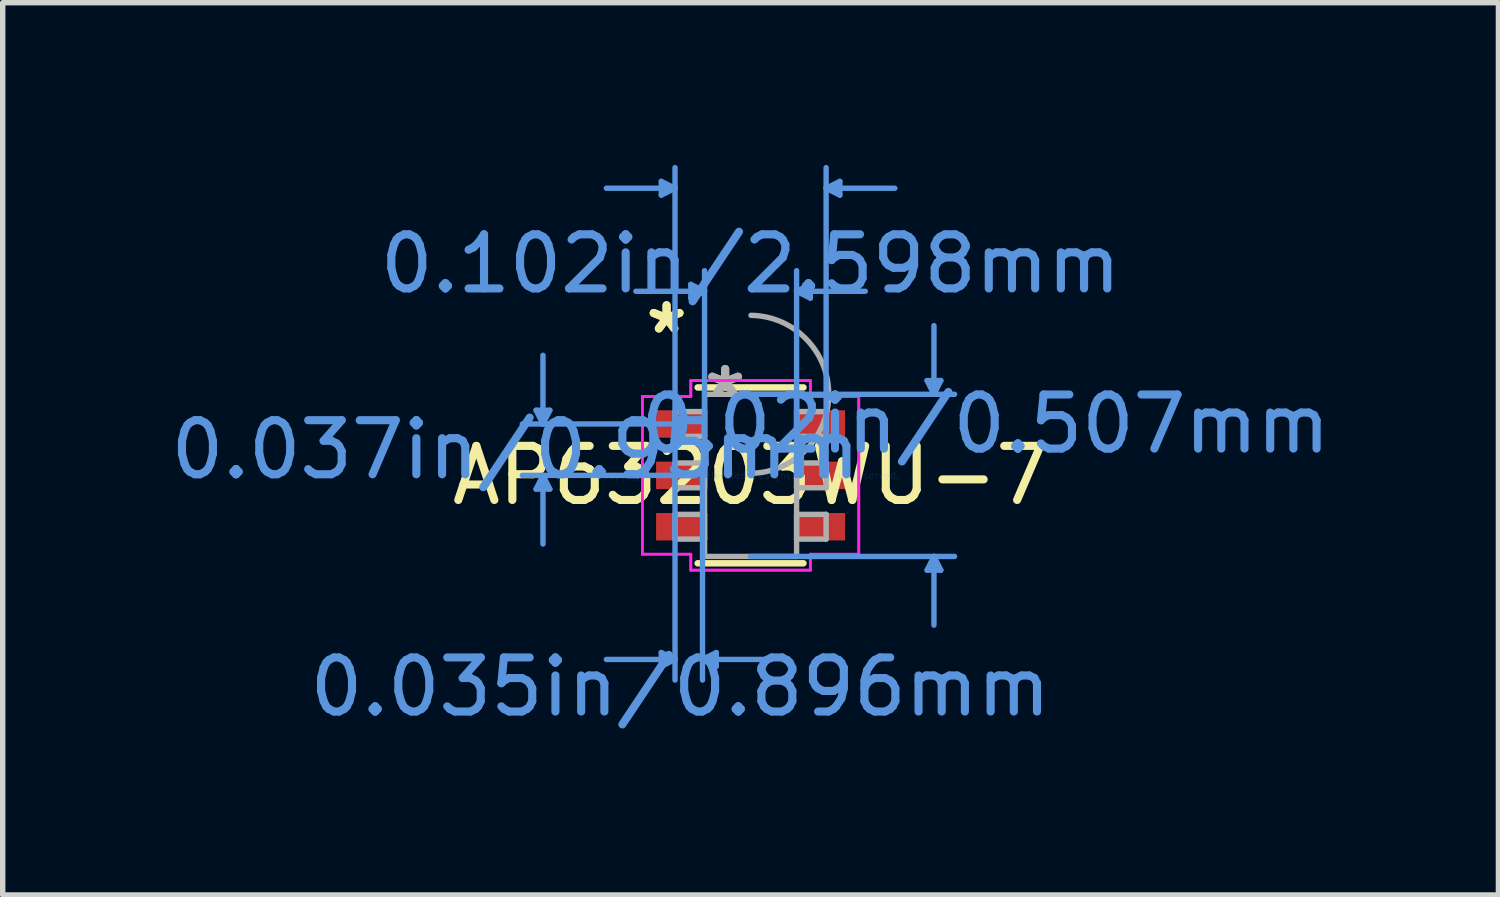
<source format=kicad_pcb>
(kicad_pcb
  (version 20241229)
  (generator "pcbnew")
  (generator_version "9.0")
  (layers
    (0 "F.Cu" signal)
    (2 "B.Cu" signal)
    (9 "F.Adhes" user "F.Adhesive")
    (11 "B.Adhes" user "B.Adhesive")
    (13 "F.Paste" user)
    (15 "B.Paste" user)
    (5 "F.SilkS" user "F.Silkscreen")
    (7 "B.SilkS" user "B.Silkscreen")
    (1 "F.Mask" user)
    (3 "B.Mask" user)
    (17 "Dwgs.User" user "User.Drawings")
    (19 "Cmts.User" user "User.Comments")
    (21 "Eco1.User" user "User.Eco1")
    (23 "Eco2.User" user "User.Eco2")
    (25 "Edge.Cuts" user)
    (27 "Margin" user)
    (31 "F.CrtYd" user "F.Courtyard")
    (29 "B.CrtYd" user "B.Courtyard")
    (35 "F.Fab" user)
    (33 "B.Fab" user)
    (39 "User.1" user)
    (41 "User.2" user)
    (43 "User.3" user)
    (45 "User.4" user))
  (footprint "AP63203WU-7"
    (layer "F.Cu")
    (at 10.829 5.74)
    (property "Reference" "AP63203WU-7" (at 0 0 0) (layer "F.SilkS") (effects (font (size 1 1) (thickness 0.15))))
    (attr through_hole)
    (fp_line (start -0.978 1.626) (end 0.978 1.626) (stroke (width 0.12) (type solid)) (layer "F.SilkS"))
    (fp_line (start 0.978 -1.626) (end -0.978 -1.626) (stroke (width 0.12) (type solid)) (layer "F.SilkS"))
    (fp_line (start -3.966 -1.204) (end -3.712 -1.204) (stroke (width 0.1) (type solid)) (layer "Cmts.User"))
    (fp_line (start -3.966 0.254) (end -3.712 0.254) (stroke (width 0.1) (type solid)) (layer "Cmts.User"))
    (fp_line (start -3.839 -0.95) (end -3.966 -1.204) (stroke (width 0.1) (type solid)) (layer "Cmts.User"))
    (fp_line (start -3.839 -0.95) (end -3.839 -2.22) (stroke (width 0.1) (type solid)) (layer "Cmts.User"))
    (fp_line (start -3.839 -0.95) (end -3.712 -1.204) (stroke (width 0.1) (type solid)) (layer "Cmts.User"))
    (fp_line (start -3.839 0) (end -3.966 0.254) (stroke (width 0.1) (type solid)) (layer "Cmts.User"))
    (fp_line (start -3.839 0) (end -3.839 1.27) (stroke (width 0.1) (type solid)) (layer "Cmts.User"))
    (fp_line (start -3.839 0) (end -3.712 0.254) (stroke (width 0.1) (type solid)) (layer "Cmts.User"))
    (fp_line (start -1.651 -5.436) (end -1.651 -5.182) (stroke (width 0.1) (type solid)) (layer "Cmts.User"))
    (fp_line (start -1.651 3.277) (end -1.651 3.531) (stroke (width 0.1) (type solid)) (layer "Cmts.User"))
    (fp_line (start -1.397 -5.309) (end -2.667 -5.309) (stroke (width 0.1) (type solid)) (layer "Cmts.User"))
    (fp_line (start -1.397 -5.309) (end -1.651 -5.436) (stroke (width 0.1) (type solid)) (layer "Cmts.User"))
    (fp_line (start -1.397 -5.309) (end -1.651 -5.182) (stroke (width 0.1) (type solid)) (layer "Cmts.User"))
    (fp_line (start -1.397 0) (end -1.397 -5.69) (stroke (width 0.1) (type solid)) (layer "Cmts.User"))
    (fp_line (start -1.397 0) (end -1.397 3.785) (stroke (width 0.1) (type solid)) (layer "Cmts.User"))
    (fp_line (start -1.397 3.404) (end -2.667 3.404) (stroke (width 0.1) (type solid)) (layer "Cmts.User"))
    (fp_line (start -1.397 3.404) (end -1.651 3.277) (stroke (width 0.1) (type solid)) (layer "Cmts.User"))
    (fp_line (start -1.397 3.404) (end -1.651 3.531) (stroke (width 0.1) (type solid)) (layer "Cmts.User"))
    (fp_line (start -1.299 -0.95) (end -4.22 -0.95) (stroke (width 0.1) (type solid)) (layer "Cmts.User"))
    (fp_line (start -1.299 0) (end -4.22 0) (stroke (width 0.1) (type solid)) (layer "Cmts.User"))
    (fp_line (start -1.105 -3.531) (end -1.105 -3.277) (stroke (width 0.1) (type solid)) (layer "Cmts.User"))
    (fp_line (start -0.889 0) (end -0.889 3.785) (stroke (width 0.1) (type solid)) (layer "Cmts.User"))
    (fp_line (start -0.889 3.404) (end -0.635 3.277) (stroke (width 0.1) (type solid)) (layer "Cmts.User"))
    (fp_line (start -0.889 3.404) (end -0.635 3.531) (stroke (width 0.1) (type solid)) (layer "Cmts.User"))
    (fp_line (start -0.889 3.404) (end 0.381 3.404) (stroke (width 0.1) (type solid)) (layer "Cmts.User"))
    (fp_line (start -0.851 -3.404) (end -2.121 -3.404) (stroke (width 0.1) (type solid)) (layer "Cmts.User"))
    (fp_line (start -0.851 -3.404) (end -1.105 -3.531) (stroke (width 0.1) (type solid)) (layer "Cmts.User"))
    (fp_line (start -0.851 -3.404) (end -1.105 -3.277) (stroke (width 0.1) (type solid)) (layer "Cmts.User"))
    (fp_line (start -0.851 0) (end -0.851 -3.785) (stroke (width 0.1) (type solid)) (layer "Cmts.User"))
    (fp_line (start -0.635 3.277) (end -0.635 3.531) (stroke (width 0.1) (type solid)) (layer "Cmts.User"))
    (fp_line (start 0 -1.499) (end 3.772 -1.499) (stroke (width 0.1) (type solid)) (layer "Cmts.User"))
    (fp_line (start 0 1.499) (end 3.772 1.499) (stroke (width 0.1) (type solid)) (layer "Cmts.User"))
    (fp_line (start 0.851 -3.404) (end 1.105 -3.531) (stroke (width 0.1) (type solid)) (layer "Cmts.User"))
    (fp_line (start 0.851 -3.404) (end 1.105 -3.277) (stroke (width 0.1) (type solid)) (layer "Cmts.User"))
    (fp_line (start 0.851 -3.404) (end 2.121 -3.404) (stroke (width 0.1) (type solid)) (layer "Cmts.User"))
    (fp_line (start 0.851 0) (end 0.851 -3.785) (stroke (width 0.1) (type solid)) (layer "Cmts.User"))
    (fp_line (start 1.105 -3.531) (end 1.105 -3.277) (stroke (width 0.1) (type solid)) (layer "Cmts.User"))
    (fp_line (start 1.397 -5.309) (end 1.651 -5.436) (stroke (width 0.1) (type solid)) (layer "Cmts.User"))
    (fp_line (start 1.397 -5.309) (end 1.651 -5.182) (stroke (width 0.1) (type solid)) (layer "Cmts.User"))
    (fp_line (start 1.397 -5.309) (end 2.667 -5.309) (stroke (width 0.1) (type solid)) (layer "Cmts.User"))
    (fp_line (start 1.397 0) (end 1.397 -5.69) (stroke (width 0.1) (type solid)) (layer "Cmts.User"))
    (fp_line (start 1.651 -5.436) (end 1.651 -5.182) (stroke (width 0.1) (type solid)) (layer "Cmts.User"))
    (fp_line (start 3.264 -1.753) (end 3.518 -1.753) (stroke (width 0.1) (type solid)) (layer "Cmts.User"))
    (fp_line (start 3.264 1.753) (end 3.518 1.753) (stroke (width 0.1) (type solid)) (layer "Cmts.User"))
    (fp_line (start 3.391 -1.499) (end 3.264 -1.753) (stroke (width 0.1) (type solid)) (layer "Cmts.User"))
    (fp_line (start 3.391 -1.499) (end 3.391 -2.769) (stroke (width 0.1) (type solid)) (layer "Cmts.User"))
    (fp_line (start 3.391 -1.499) (end 3.518 -1.753) (stroke (width 0.1) (type solid)) (layer "Cmts.User"))
    (fp_line (start 3.391 1.499) (end 3.264 1.753) (stroke (width 0.1) (type solid)) (layer "Cmts.User"))
    (fp_line (start 3.391 1.499) (end 3.391 2.769) (stroke (width 0.1) (type solid)) (layer "Cmts.User"))
    (fp_line (start 3.391 1.499) (end 3.518 1.753) (stroke (width 0.1) (type solid)) (layer "Cmts.User"))
    (fp_line (start -2.001 -1.458) (end -1.105 -1.458) (stroke (width 0.05) (type solid)) (layer "F.CrtYd"))
    (fp_line (start -2.001 -1.458) (end -1.105 -1.458) (stroke (width 0.05) (type solid)) (layer "F.CrtYd"))
    (fp_line (start -2.001 1.458) (end -2.001 -1.458) (stroke (width 0.05) (type solid)) (layer "F.CrtYd"))
    (fp_line (start -2.001 1.458) (end -2.001 -1.458) (stroke (width 0.05) (type solid)) (layer "F.CrtYd"))
    (fp_line (start -2.001 1.458) (end -1.105 1.458) (stroke (width 0.05) (type solid)) (layer "F.CrtYd"))
    (fp_line (start -1.105 -1.753) (end 1.105 -1.753) (stroke (width 0.05) (type solid)) (layer "F.CrtYd"))
    (fp_line (start -1.105 -1.753) (end 1.105 -1.753) (stroke (width 0.05) (type solid)) (layer "F.CrtYd"))
    (fp_line (start -1.105 -1.458) (end -1.105 -1.753) (stroke (width 0.05) (type solid)) (layer "F.CrtYd"))
    (fp_line (start -1.105 -1.458) (end -1.105 -1.753) (stroke (width 0.05) (type solid)) (layer "F.CrtYd"))
    (fp_line (start -1.105 1.458) (end -2.001 1.458) (stroke (width 0.05) (type solid)) (layer "F.CrtYd"))
    (fp_line (start -1.105 1.753) (end -1.105 1.458) (stroke (width 0.05) (type solid)) (layer "F.CrtYd"))
    (fp_line (start -1.105 1.753) (end -1.105 1.458) (stroke (width 0.05) (type solid)) (layer "F.CrtYd"))
    (fp_line (start 1.105 -1.753) (end 1.105 -1.458) (stroke (width 0.05) (type solid)) (layer "F.CrtYd"))
    (fp_line (start 1.105 -1.753) (end 1.105 -1.458) (stroke (width 0.05) (type solid)) (layer "F.CrtYd"))
    (fp_line (start 1.105 -1.458) (end 2.001 -1.458) (stroke (width 0.05) (type solid)) (layer "F.CrtYd"))
    (fp_line (start 1.105 1.458) (end 1.105 1.753) (stroke (width 0.05) (type solid)) (layer "F.CrtYd"))
    (fp_line (start 1.105 1.458) (end 1.105 1.753) (stroke (width 0.05) (type solid)) (layer "F.CrtYd"))
    (fp_line (start 1.105 1.753) (end -1.105 1.753) (stroke (width 0.05) (type solid)) (layer "F.CrtYd"))
    (fp_line (start 1.105 1.753) (end -1.105 1.753) (stroke (width 0.05) (type solid)) (layer "F.CrtYd"))
    (fp_line (start 2.001 -1.458) (end 1.105 -1.458) (stroke (width 0.05) (type solid)) (layer "F.CrtYd"))
    (fp_line (start 2.001 -1.458) (end 2.001 1.458) (stroke (width 0.05) (type solid)) (layer "F.CrtYd"))
    (fp_line (start 2.001 -1.458) (end 2.001 1.458) (stroke (width 0.05) (type solid)) (layer "F.CrtYd"))
    (fp_line (start 2.001 1.458) (end 1.105 1.458) (stroke (width 0.05) (type solid)) (layer "F.CrtYd"))
    (fp_line (start 2.001 1.458) (end 1.105 1.458) (stroke (width 0.05) (type solid)) (layer "F.CrtYd"))
    (fp_line (start -1.397 -1.179) (end -1.397 -0.721) (stroke (width 0.1) (type solid)) (layer "F.Fab"))
    (fp_line (start -1.397 -0.721) (end -0.851 -0.721) (stroke (width 0.1) (type solid)) (layer "F.Fab"))
    (fp_line (start -1.397 -0.229) (end -1.397 0.229) (stroke (width 0.1) (type solid)) (layer "F.Fab"))
    (fp_line (start -1.397 0.229) (end -0.851 0.229) (stroke (width 0.1) (type solid)) (layer "F.Fab"))
    (fp_line (start -1.397 0.721) (end -1.397 1.179) (stroke (width 0.1) (type solid)) (layer "F.Fab"))
    (fp_line (start -1.397 1.179) (end -0.851 1.179) (stroke (width 0.1) (type solid)) (layer "F.Fab"))
    (fp_line (start -0.851 -1.499) (end -0.851 1.499) (stroke (width 0.1) (type solid)) (layer "F.Fab"))
    (fp_line (start -0.851 -1.179) (end -1.397 -1.179) (stroke (width 0.1) (type solid)) (layer "F.Fab"))
    (fp_line (start -0.851 -0.721) (end -0.851 -1.179) (stroke (width 0.1) (type solid)) (layer "F.Fab"))
    (fp_line (start -0.851 -0.229) (end -1.397 -0.229) (stroke (width 0.1) (type solid)) (layer "F.Fab"))
    (fp_line (start -0.851 0.229) (end -0.851 -0.229) (stroke (width 0.1) (type solid)) (layer "F.Fab"))
    (fp_line (start -0.851 0.721) (end -1.397 0.721) (stroke (width 0.1) (type solid)) (layer "F.Fab"))
    (fp_line (start -0.851 1.179) (end -0.851 0.721) (stroke (width 0.1) (type solid)) (layer "F.Fab"))
    (fp_line (start -0.851 1.499) (end 0.851 1.499) (stroke (width 0.1) (type solid)) (layer "F.Fab"))
    (fp_line (start 0.851 -1.499) (end -0.851 -1.499) (stroke (width 0.1) (type solid)) (layer "F.Fab"))
    (fp_line (start 0.851 -1.179) (end 0.851 -0.721) (stroke (width 0.1) (type solid)) (layer "F.Fab"))
    (fp_line (start 0.851 -0.721) (end 1.397 -0.721) (stroke (width 0.1) (type solid)) (layer "F.Fab"))
    (fp_line (start 0.851 -0.229) (end 0.851 0.229) (stroke (width 0.1) (type solid)) (layer "F.Fab"))
    (fp_line (start 0.851 0.229) (end 1.397 0.229) (stroke (width 0.1) (type solid)) (layer "F.Fab"))
    (fp_line (start 0.851 0.721) (end 0.851 1.179) (stroke (width 0.1) (type solid)) (layer "F.Fab"))
    (fp_line (start 0.851 1.179) (end 1.397 1.179) (stroke (width 0.1) (type solid)) (layer "F.Fab"))
    (fp_line (start 0.851 1.499) (end 0.851 -1.499) (stroke (width 0.1) (type solid)) (layer "F.Fab"))
    (fp_line (start 1.397 -1.179) (end 0.851 -1.179) (stroke (width 0.1) (type solid)) (layer "F.Fab"))
    (fp_line (start 1.397 -0.721) (end 1.397 -1.179) (stroke (width 0.1) (type solid)) (layer "F.Fab"))
    (fp_line (start 1.397 -0.229) (end 0.851 -0.229) (stroke (width 0.1) (type solid)) (layer "F.Fab"))
    (fp_line (start 1.397 0.229) (end 1.397 -0.229) (stroke (width 0.1) (type solid)) (layer "F.Fab"))
    (fp_line (start 1.397 0.721) (end 0.851 0.721) (stroke (width 0.1) (type solid)) (layer "F.Fab"))
    (fp_line (start 1.397 1.179) (end 1.397 0.721) (stroke (width 0.1) (type solid)) (layer "F.Fab"))
    (fp_arc (start 0.007742 -2.959136) (mid 1.460536 -1.490858) (end -0.007742 -0.038064) (stroke (width 0.1) (type solid)) (layer "F.Fab"))
    (fp_text user "*" (at -1.553 -2.6 0) (layer "F.SilkS") (effects (font (size 1 1) (thickness 0.15))))
    (fp_text user "*" (at -1.553 -2.6 0) (layer "F.SilkS") (effects (font (size 1 1) (thickness 0.15))))
    (fp_text user "0.102in/2.598mm" (at 0 -3.912 0) (layer "Cmts.User") (effects (font (size 1 1) (thickness 0.15))))
    (fp_text user "0.037in/0.95mm" (at -4.347 -0.475 0) (layer "Cmts.User") (effects (font (size 1 1) (thickness 0.15))))
    (fp_text user "Copyright 2021 Accelerated Designs. All rights reserved." (at 0 0 0) (layer "Cmts.User") (effects (font (size 0.127 0.127) (thickness 0.002))))
    (fp_text user "0.035in/0.896mm" (at -1.299 3.912 0) (layer "Cmts.User") (effects (font (size 1 1) (thickness 0.15))))
    (fp_text user "0.02in/0.507mm" (at 4.347 -0.95 0) (layer "Cmts.User") (effects (font (size 1 1) (thickness 0.15))))
    (fp_text user "*" (at -0.47 -1.422 0) (layer "F.Fab") (effects (font (size 1 1) (thickness 0.15))))
    (fp_text user "*" (at -0.47 -1.422 0) (layer "F.Fab") (effects (font (size 1 1) (thickness 0.15))))
    (pad "1" smd rect (at -1.299 -0.95) (size 0.896 0.507) (layers "F.Cu" "F.Mask" "F.Paste"))
    (pad "2" smd rect (at -1.299 0) (size 0.896 0.507) (layers "F.Cu" "F.Mask" "F.Paste"))
    (pad "3" smd rect (at -1.299 0.95) (size 0.896 0.507) (layers "F.Cu" "F.Mask" "F.Paste"))
    (pad "4" smd rect (at 1.299 0.95) (size 0.896 0.507) (layers "F.Cu" "F.Mask" "F.Paste"))
    (pad "5" smd rect (at 1.299 0) (size 0.896 0.507) (layers "F.Cu" "F.Mask" "F.Paste"))
    (pad "6" smd rect (at 1.299 -0.95) (size 0.896 0.507) (layers "F.Cu" "F.Mask" "F.Paste")))
  (gr_rect
    (start -3 -3)
    (end 24.658 13.499)
    (stroke (width 0.1) (type default))
    (fill no)
    (layer "Edge.Cuts")))
</source>
